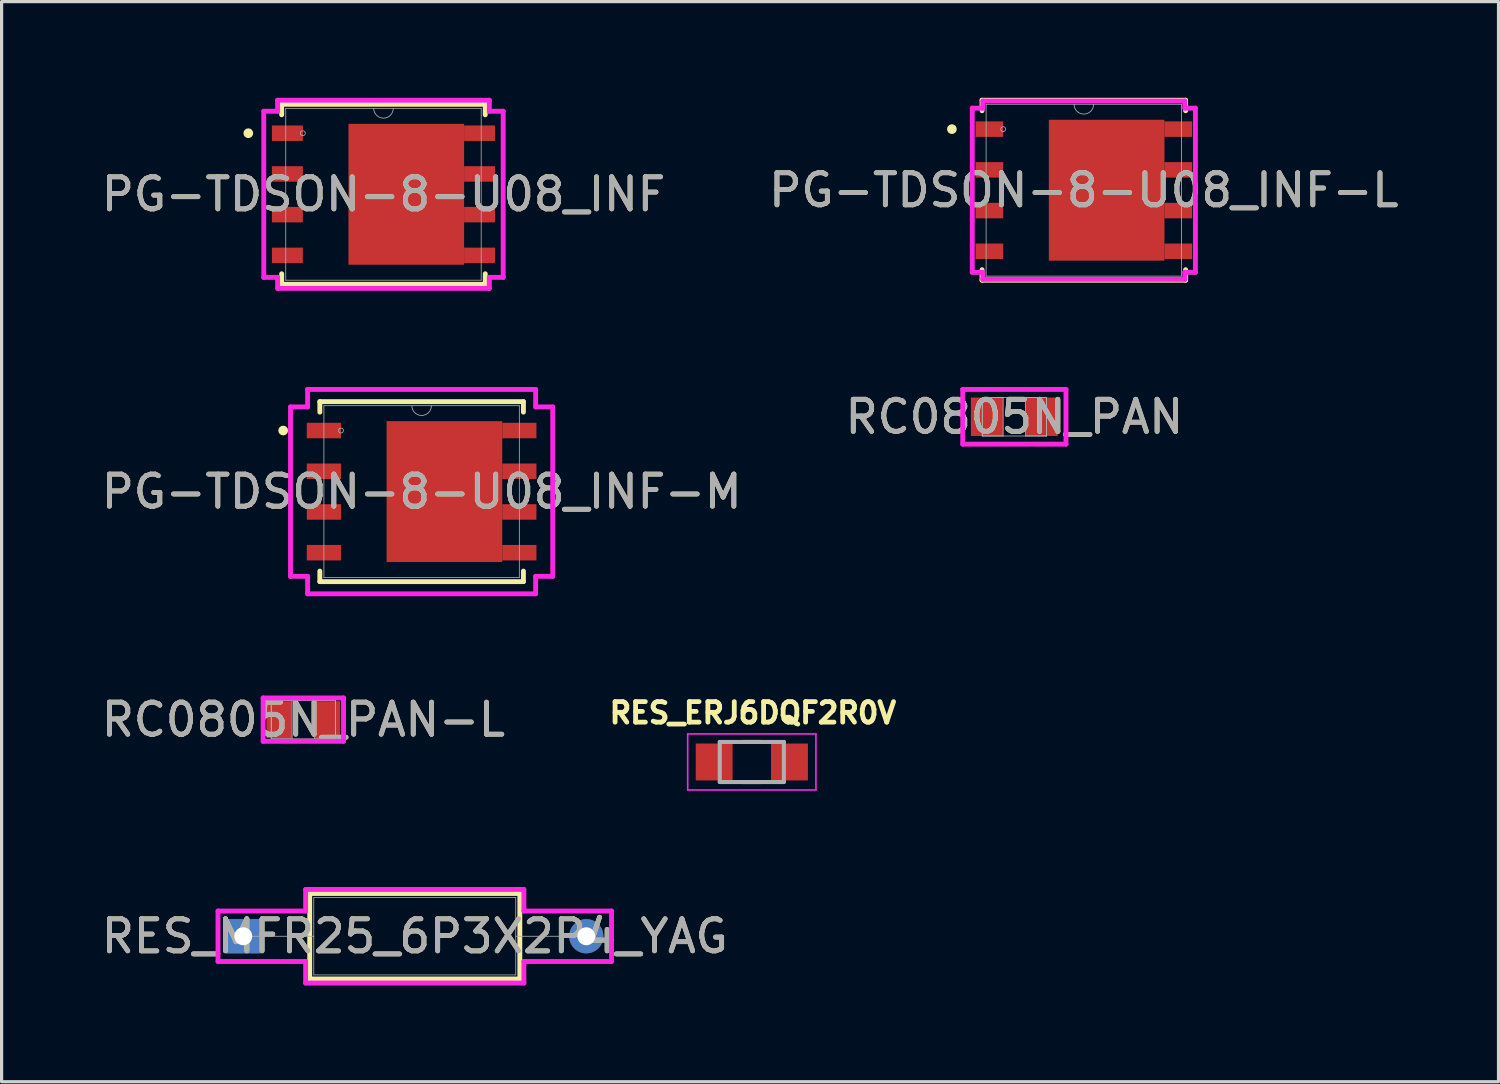
<source format=kicad_pcb>
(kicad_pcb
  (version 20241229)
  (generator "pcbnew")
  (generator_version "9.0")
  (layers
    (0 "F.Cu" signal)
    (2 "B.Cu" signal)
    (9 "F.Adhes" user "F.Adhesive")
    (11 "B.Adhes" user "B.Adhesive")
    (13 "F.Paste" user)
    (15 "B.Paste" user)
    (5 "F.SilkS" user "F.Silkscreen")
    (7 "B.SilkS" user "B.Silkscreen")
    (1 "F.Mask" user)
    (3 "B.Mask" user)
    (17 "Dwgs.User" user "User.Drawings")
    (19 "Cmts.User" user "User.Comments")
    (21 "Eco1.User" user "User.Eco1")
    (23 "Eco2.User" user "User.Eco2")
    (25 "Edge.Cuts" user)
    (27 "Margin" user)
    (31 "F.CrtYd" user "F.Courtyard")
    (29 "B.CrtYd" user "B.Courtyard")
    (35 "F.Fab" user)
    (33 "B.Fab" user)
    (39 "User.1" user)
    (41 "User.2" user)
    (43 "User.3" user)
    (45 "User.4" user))
  (footprint "RC0805N_PAN-L"
    (layer "F.Cu")
    (at 6.411 19.396)
    (property "Reference" "RC0805N_PAN-L" (at 0 0 0) (unlocked yes) (layer "F.SilkS") (effects (font (size 1 1) (thickness 0.15))))
    (attr smd)
    (fp_line (start -1.254 -0.676) (end 1.254 -0.676) (stroke (width 0.152) (type solid)) (layer "F.CrtYd"))
    (fp_line (start -1.254 0.676) (end -1.254 -0.676) (stroke (width 0.152) (type solid)) (layer "F.CrtYd"))
    (fp_line (start 1.254 -0.676) (end 1.254 0.676) (stroke (width 0.152) (type solid)) (layer "F.CrtYd"))
    (fp_line (start 1.254 0.676) (end -1.254 0.676) (stroke (width 0.152) (type solid)) (layer "F.CrtYd"))
    (fp_line (start -1 -0.6) (end -1 0.6) (stroke (width 0.025) (type solid)) (layer "F.Fab"))
    (fp_line (start -1 -0.6) (end -1 0.6) (stroke (width 0.025) (type solid)) (layer "F.Fab"))
    (fp_line (start -1 0.6) (end -0.35 0.6) (stroke (width 0.025) (type solid)) (layer "F.Fab"))
    (fp_line (start -1 0.6) (end 1 0.6) (stroke (width 0.025) (type solid)) (layer "F.Fab"))
    (fp_line (start -0.35 -0.6) (end -1 -0.6) (stroke (width 0.025) (type solid)) (layer "F.Fab"))
    (fp_line (start -0.35 0.6) (end -0.35 -0.6) (stroke (width 0.025) (type solid)) (layer "F.Fab"))
    (fp_line (start 0.35 -0.6) (end 0.35 0.6) (stroke (width 0.025) (type solid)) (layer "F.Fab"))
    (fp_line (start 0.35 0.6) (end 1 0.6) (stroke (width 0.025) (type solid)) (layer "F.Fab"))
    (fp_line (start 1 -0.6) (end -1 -0.6) (stroke (width 0.025) (type solid)) (layer "F.Fab"))
    (fp_line (start 1 -0.6) (end 0.35 -0.6) (stroke (width 0.025) (type solid)) (layer "F.Fab"))
    (fp_line (start 1 0.6) (end 1 -0.6) (stroke (width 0.025) (type solid)) (layer "F.Fab"))
    (fp_line (start 1 0.6) (end 1 -0.6) (stroke (width 0.025) (type solid)) (layer "F.Fab"))
    (fp_text user "${REFERENCE}" (at 0 0 0) (unlocked yes) (layer "F.Fab") (effects (font (size 1 1) (thickness 0.15))))
    (pad "1" smd rect (at -0.751 0) (size 0.802 1.149) (layers "F.Cu" "F.Mask" "F.Paste"))
    (pad "2" smd rect (at 0.751 0) (size 0.802 1.149) (layers "F.Cu" "F.Mask" "F.Paste"))
    (zone (net_name "") (layer "F.Cu") (hatch full 0.508) (connect_pads) (min_thickness 0.254) (filled_areas_thickness no) (keepout (tracks not_allowed) (vias not_allowed) (pads allowed) (copperpour not_allowed) (footprints allowed)) (placement (enabled no)) (fill) (polygon (pts (xy 6.112 18.847) (xy 6.71 18.847) (xy 6.71 19.945) (xy 6.112 19.945)))))
  (footprint "PG-TDSON-8-U08_INF-M"
    (layer "F.Cu")
    (at 10.101 12.284)
    (property "Reference" "PG-TDSON-8-U08_INF-M" (at 0 0 0) (unlocked yes) (layer "F.SilkS") (effects (font (size 1 1) (thickness 0.15))))
    (attr smd)
    (fp_poly (pts (xy 2.515 -2.197) (xy -1.092 -2.197) (xy -1.092 2.197) (xy 2.515 2.197)) (stroke (width 0) (type solid)) (fill yes) (layer "F.Cu"))
    (fp_poly (pts (xy 2.515 -2.197) (xy -1.092 -2.197) (xy -1.092 2.197) (xy 2.515 2.197)) (stroke (width 0) (type solid)) (fill yes) (layer "F.Mask"))
    (fp_line (start -3.175 -2.807) (end -3.175 -2.479) (stroke (width 0.152) (type solid)) (layer "F.SilkS"))
    (fp_line (start -3.175 2.479) (end -3.175 2.807) (stroke (width 0.152) (type solid)) (layer "F.SilkS"))
    (fp_line (start -3.175 2.807) (end 3.175 2.807) (stroke (width 0.152) (type solid)) (layer "F.SilkS"))
    (fp_line (start 3.175 -2.807) (end -3.175 -2.807) (stroke (width 0.152) (type solid)) (layer "F.SilkS"))
    (fp_line (start 3.175 -2.479) (end 3.175 -2.807) (stroke (width 0.152) (type solid)) (layer "F.SilkS"))
    (fp_line (start 3.175 2.807) (end 3.175 2.479) (stroke (width 0.152) (type solid)) (layer "F.SilkS"))
    (fp_circle (center -4.318 -1.905) (end -4.242 -1.905) (stroke (width 0.152) (type solid)) (fill no) (layer "F.SilkS"))
    (fp_poly (pts (xy 2.515 -2.197) (xy -1.092 -2.197) (xy -1.092 2.197) (xy 2.515 2.197)) (stroke (width 0) (type solid)) (fill yes) (layer "F.Paste"))
    (fp_line (start -4.089 -2.642) (end -3.556 -2.642) (stroke (width 0.152) (type solid)) (layer "F.CrtYd"))
    (fp_line (start -4.089 2.642) (end -4.089 -2.642) (stroke (width 0.152) (type solid)) (layer "F.CrtYd"))
    (fp_line (start -4.089 2.642) (end -3.556 2.642) (stroke (width 0.152) (type solid)) (layer "F.CrtYd"))
    (fp_line (start -3.556 -3.188) (end 3.556 -3.188) (stroke (width 0.152) (type solid)) (layer "F.CrtYd"))
    (fp_line (start -3.556 -2.642) (end -3.556 -3.188) (stroke (width 0.152) (type solid)) (layer "F.CrtYd"))
    (fp_line (start -3.556 3.188) (end -3.556 2.642) (stroke (width 0.152) (type solid)) (layer "F.CrtYd"))
    (fp_line (start 3.556 -3.188) (end 3.556 -2.642) (stroke (width 0.152) (type solid)) (layer "F.CrtYd"))
    (fp_line (start 3.556 2.642) (end 3.556 3.188) (stroke (width 0.152) (type solid)) (layer "F.CrtYd"))
    (fp_line (start 3.556 3.188) (end -3.556 3.188) (stroke (width 0.152) (type solid)) (layer "F.CrtYd"))
    (fp_line (start 4.089 -2.642) (end 3.556 -2.642) (stroke (width 0.152) (type solid)) (layer "F.CrtYd"))
    (fp_line (start 4.089 -2.642) (end 4.089 2.642) (stroke (width 0.152) (type solid)) (layer "F.CrtYd"))
    (fp_line (start 4.089 2.642) (end 3.556 2.642) (stroke (width 0.152) (type solid)) (layer "F.CrtYd"))
    (fp_line (start -3.048 -2.68) (end -3.048 2.68) (stroke (width 0.025) (type solid)) (layer "F.Fab"))
    (fp_line (start -3.048 2.68) (end 3.048 2.68) (stroke (width 0.025) (type solid)) (layer "F.Fab"))
    (fp_line (start 3.048 -2.68) (end -3.048 -2.68) (stroke (width 0.025) (type solid)) (layer "F.Fab"))
    (fp_line (start 3.048 2.68) (end 3.048 -2.68) (stroke (width 0.025) (type solid)) (layer "F.Fab"))
    (fp_arc (start 0.3048 -2.6797) (mid 0 -2.3749) (end -0.3048 -2.6797) (stroke (width 0.0254) (type solid)) (layer "F.Fab"))
    (fp_circle (center -2.515 -1.905) (end -2.438 -1.905) (stroke (width 0.025) (type solid)) (fill no) (layer "F.Fab"))
    (fp_text user "${REFERENCE}" (at 0 0 0) (unlocked yes) (layer "F.Fab") (effects (font (size 1 1) (thickness 0.15))))
    (pad "1" smd rect (at -3.048 -1.905) (size 1.067 0.483) (layers "F.Cu" "F.Mask" "F.Paste"))
    (pad "2" smd rect (at -3.048 -0.635) (size 1.067 0.483) (layers "F.Cu" "F.Mask" "F.Paste"))
    (pad "3" smd rect (at -3.048 0.635) (size 1.067 0.483) (layers "F.Cu" "F.Mask" "F.Paste"))
    (pad "4" smd rect (at -3.048 1.905) (size 1.067 0.483) (layers "F.Cu" "F.Mask" "F.Paste"))
    (pad "5" smd rect (at 3.048 1.905) (size 1.067 0.483) (layers "F.Cu" "F.Mask" "F.Paste"))
    (pad "6" smd rect (at 3.048 0.635) (size 1.067 0.483) (layers "F.Cu" "F.Mask" "F.Paste"))
    (pad "7" smd rect (at 3.048 -0.635) (size 1.067 0.483) (layers "F.Cu" "F.Mask" "F.Paste"))
    (pad "8" smd rect (at 3.048 -1.905) (size 1.067 0.483) (layers "F.Cu" "F.Mask" "F.Paste")))
  (footprint "PG-TDSON-8-U08_INF"
    (layer "F.Cu")
    (at 8.911 3.01)
    (property "Reference" "PG-TDSON-8-U08_INF" (at 0 0 0) (unlocked yes) (layer "F.SilkS") (effects (font (size 1 1) (thickness 0.15))))
    (attr smd)
    (fp_poly (pts (xy 2.515 -2.197) (xy -1.092 -2.197) (xy -1.092 2.197) (xy 2.515 2.197)) (stroke (width 0) (type solid)) (fill yes) (layer "F.Cu"))
    (fp_poly (pts (xy 2.515 -2.197) (xy -1.092 -2.197) (xy -1.092 2.197) (xy 2.515 2.197)) (stroke (width 0) (type solid)) (fill yes) (layer "F.Mask"))
    (fp_line (start -3.175 -2.807) (end -3.175 -2.479) (stroke (width 0.152) (type solid)) (layer "F.SilkS"))
    (fp_line (start -3.175 2.479) (end -3.175 2.807) (stroke (width 0.152) (type solid)) (layer "F.SilkS"))
    (fp_line (start -3.175 2.807) (end 3.175 2.807) (stroke (width 0.152) (type solid)) (layer "F.SilkS"))
    (fp_line (start 3.175 -2.807) (end -3.175 -2.807) (stroke (width 0.152) (type solid)) (layer "F.SilkS"))
    (fp_line (start 3.175 -2.479) (end 3.175 -2.807) (stroke (width 0.152) (type solid)) (layer "F.SilkS"))
    (fp_line (start 3.175 2.807) (end 3.175 2.479) (stroke (width 0.152) (type solid)) (layer "F.SilkS"))
    (fp_circle (center -4.216 -1.905) (end -4.14 -1.905) (stroke (width 0.152) (type solid)) (fill no) (layer "F.SilkS"))
    (fp_poly (pts (xy 2.515 -2.197) (xy -1.092 -2.197) (xy -1.092 2.197) (xy 2.515 2.197)) (stroke (width 0) (type solid)) (fill yes) (layer "F.Paste"))
    (fp_line (start -3.734 -2.591) (end -3.302 -2.591) (stroke (width 0.152) (type solid)) (layer "F.CrtYd"))
    (fp_line (start -3.734 2.591) (end -3.734 -2.591) (stroke (width 0.152) (type solid)) (layer "F.CrtYd"))
    (fp_line (start -3.734 2.591) (end -3.302 2.591) (stroke (width 0.152) (type solid)) (layer "F.CrtYd"))
    (fp_line (start -3.302 -2.934) (end 3.302 -2.934) (stroke (width 0.152) (type solid)) (layer "F.CrtYd"))
    (fp_line (start -3.302 -2.591) (end -3.302 -2.934) (stroke (width 0.152) (type solid)) (layer "F.CrtYd"))
    (fp_line (start -3.302 2.934) (end -3.302 2.591) (stroke (width 0.152) (type solid)) (layer "F.CrtYd"))
    (fp_line (start 3.302 -2.934) (end 3.302 -2.591) (stroke (width 0.152) (type solid)) (layer "F.CrtYd"))
    (fp_line (start 3.302 2.591) (end 3.302 2.934) (stroke (width 0.152) (type solid)) (layer "F.CrtYd"))
    (fp_line (start 3.302 2.934) (end -3.302 2.934) (stroke (width 0.152) (type solid)) (layer "F.CrtYd"))
    (fp_line (start 3.734 -2.591) (end 3.302 -2.591) (stroke (width 0.152) (type solid)) (layer "F.CrtYd"))
    (fp_line (start 3.734 -2.591) (end 3.734 2.591) (stroke (width 0.152) (type solid)) (layer "F.CrtYd"))
    (fp_line (start 3.734 2.591) (end 3.302 2.591) (stroke (width 0.152) (type solid)) (layer "F.CrtYd"))
    (fp_line (start -3.048 -2.68) (end -3.048 2.68) (stroke (width 0.025) (type solid)) (layer "F.Fab"))
    (fp_line (start -3.048 2.68) (end 3.048 2.68) (stroke (width 0.025) (type solid)) (layer "F.Fab"))
    (fp_line (start 3.048 -2.68) (end -3.048 -2.68) (stroke (width 0.025) (type solid)) (layer "F.Fab"))
    (fp_line (start 3.048 2.68) (end 3.048 -2.68) (stroke (width 0.025) (type solid)) (layer "F.Fab"))
    (fp_arc (start 0.3048 -2.6797) (mid 0 -2.3749) (end -0.3048 -2.6797) (stroke (width 0.0254) (type solid)) (layer "F.Fab"))
    (fp_circle (center -2.515 -1.905) (end -2.438 -1.905) (stroke (width 0.025) (type solid)) (fill no) (layer "F.Fab"))
    (fp_text user "${REFERENCE}" (at 0 0 0) (unlocked yes) (layer "F.Fab") (effects (font (size 1 1) (thickness 0.15))))
    (pad "1" smd rect (at -2.997 -1.905) (size 0.965 0.483) (layers "F.Cu" "F.Mask" "F.Paste"))
    (pad "2" smd rect (at -2.997 -0.635) (size 0.965 0.483) (layers "F.Cu" "F.Mask" "F.Paste"))
    (pad "3" smd rect (at -2.997 0.635) (size 0.965 0.483) (layers "F.Cu" "F.Mask" "F.Paste"))
    (pad "4" smd rect (at -2.997 1.905) (size 0.965 0.483) (layers "F.Cu" "F.Mask" "F.Paste"))
    (pad "5" smd rect (at 2.997 1.905) (size 0.965 0.483) (layers "F.Cu" "F.Mask" "F.Paste"))
    (pad "6" smd rect (at 2.997 0.635) (size 0.965 0.483) (layers "F.Cu" "F.Mask" "F.Paste"))
    (pad "7" smd rect (at 2.997 -0.635) (size 0.965 0.483) (layers "F.Cu" "F.Mask" "F.Paste"))
    (pad "8" smd rect (at 2.997 -1.905) (size 0.965 0.483) (layers "F.Cu" "F.Mask" "F.Paste")))
  (footprint "PG-TDSON-8-U08_INF-L"
    (layer "F.Cu")
    (at 30.756 2.883)
    (property "Reference" "PG-TDSON-8-U08_INF-L" (at 0 0 0) (unlocked yes) (layer "F.SilkS") (effects (font (size 1 1) (thickness 0.15))))
    (attr smd)
    (fp_poly (pts (xy 2.515 -2.197) (xy -1.092 -2.197) (xy -1.092 2.197) (xy 2.515 2.197)) (stroke (width 0) (type solid)) (fill yes) (layer "F.Cu"))
    (fp_poly (pts (xy 2.515 -2.197) (xy -1.092 -2.197) (xy -1.092 2.197) (xy 2.515 2.197)) (stroke (width 0) (type solid)) (fill yes) (layer "F.Mask"))
    (fp_line (start -3.175 -2.807) (end -3.175 -2.479) (stroke (width 0.152) (type solid)) (layer "F.SilkS"))
    (fp_line (start -3.175 2.479) (end -3.175 2.807) (stroke (width 0.152) (type solid)) (layer "F.SilkS"))
    (fp_line (start -3.175 2.807) (end 3.175 2.807) (stroke (width 0.152) (type solid)) (layer "F.SilkS"))
    (fp_line (start 3.175 -2.807) (end -3.175 -2.807) (stroke (width 0.152) (type solid)) (layer "F.SilkS"))
    (fp_line (start 3.175 -2.479) (end 3.175 -2.807) (stroke (width 0.152) (type solid)) (layer "F.SilkS"))
    (fp_line (start 3.175 2.807) (end 3.175 2.479) (stroke (width 0.152) (type solid)) (layer "F.SilkS"))
    (fp_circle (center -4.115 -1.905) (end -4.039 -1.905) (stroke (width 0.152) (type solid)) (fill no) (layer "F.SilkS"))
    (fp_poly (pts (xy 2.515 -2.197) (xy -1.092 -2.197) (xy -1.092 2.197) (xy 2.515 2.197)) (stroke (width 0) (type solid)) (fill yes) (layer "F.Paste"))
    (fp_line (start -3.48 -2.56) (end -3.15 -2.56) (stroke (width 0.152) (type solid)) (layer "F.CrtYd"))
    (fp_line (start -3.48 2.56) (end -3.48 -2.56) (stroke (width 0.152) (type solid)) (layer "F.CrtYd"))
    (fp_line (start -3.48 2.56) (end -3.15 2.56) (stroke (width 0.152) (type solid)) (layer "F.CrtYd"))
    (fp_line (start -3.15 -2.781) (end 3.15 -2.781) (stroke (width 0.152) (type solid)) (layer "F.CrtYd"))
    (fp_line (start -3.15 -2.56) (end -3.15 -2.781) (stroke (width 0.152) (type solid)) (layer "F.CrtYd"))
    (fp_line (start -3.15 2.781) (end -3.15 2.56) (stroke (width 0.152) (type solid)) (layer "F.CrtYd"))
    (fp_line (start 3.15 -2.781) (end 3.15 -2.56) (stroke (width 0.152) (type solid)) (layer "F.CrtYd"))
    (fp_line (start 3.15 2.56) (end 3.15 2.781) (stroke (width 0.152) (type solid)) (layer "F.CrtYd"))
    (fp_line (start 3.15 2.781) (end -3.15 2.781) (stroke (width 0.152) (type solid)) (layer "F.CrtYd"))
    (fp_line (start 3.48 -2.56) (end 3.15 -2.56) (stroke (width 0.152) (type solid)) (layer "F.CrtYd"))
    (fp_line (start 3.48 -2.56) (end 3.48 2.56) (stroke (width 0.152) (type solid)) (layer "F.CrtYd"))
    (fp_line (start 3.48 2.56) (end 3.15 2.56) (stroke (width 0.152) (type solid)) (layer "F.CrtYd"))
    (fp_line (start -3.048 -2.68) (end -3.048 2.68) (stroke (width 0.025) (type solid)) (layer "F.Fab"))
    (fp_line (start -3.048 2.68) (end 3.048 2.68) (stroke (width 0.025) (type solid)) (layer "F.Fab"))
    (fp_line (start 3.048 -2.68) (end -3.048 -2.68) (stroke (width 0.025) (type solid)) (layer "F.Fab"))
    (fp_line (start 3.048 2.68) (end 3.048 -2.68) (stroke (width 0.025) (type solid)) (layer "F.Fab"))
    (fp_arc (start 0.3048 -2.6797) (mid 0 -2.3749) (end -0.3048 -2.6797) (stroke (width 0.0254) (type solid)) (layer "F.Fab"))
    (fp_circle (center -2.515 -1.905) (end -2.438 -1.905) (stroke (width 0.025) (type solid)) (fill no) (layer "F.Fab"))
    (fp_text user "${REFERENCE}" (at 0 0 0) (unlocked yes) (layer "F.Fab") (effects (font (size 1 1) (thickness 0.15))))
    (pad "1" smd rect (at -2.946 -1.905) (size 0.864 0.483) (layers "F.Cu" "F.Mask" "F.Paste"))
    (pad "2" smd rect (at -2.946 -0.635) (size 0.864 0.483) (layers "F.Cu" "F.Mask" "F.Paste"))
    (pad "3" smd rect (at -2.946 0.635) (size 0.864 0.483) (layers "F.Cu" "F.Mask" "F.Paste"))
    (pad "4" smd rect (at -2.946 1.905) (size 0.864 0.483) (layers "F.Cu" "F.Mask" "F.Paste"))
    (pad "5" smd rect (at 2.946 1.905) (size 0.864 0.483) (layers "F.Cu" "F.Mask" "F.Paste"))
    (pad "6" smd rect (at 2.946 0.635) (size 0.864 0.483) (layers "F.Cu" "F.Mask" "F.Paste"))
    (pad "7" smd rect (at 2.946 -0.635) (size 0.864 0.483) (layers "F.Cu" "F.Mask" "F.Paste"))
    (pad "8" smd rect (at 2.946 -1.905) (size 0.864 0.483) (layers "F.Cu" "F.Mask" "F.Paste")))
  (footprint "RES_MFR25_6P3X2P4_YAG"
    (layer "F.Cu")
    (at 4.537 26.153)
    (property "Reference" "RES_MFR25_6P3X2P4_YAG" (at 5.35 0 0) (unlocked yes) (layer "F.SilkS") (effects (font (size 1 1) (thickness 0.15))))
    (attr through_hole)
    (fp_line (start 2.073 -1.333) (end 2.073 1.333) (stroke (width 0.152) (type solid)) (layer "F.SilkS"))
    (fp_line (start 2.073 1.333) (end 8.627 1.333) (stroke (width 0.152) (type solid)) (layer "F.SilkS"))
    (fp_line (start 8.627 -1.333) (end 2.073 -1.333) (stroke (width 0.152) (type solid)) (layer "F.SilkS"))
    (fp_line (start 8.627 1.333) (end 8.627 -1.333) (stroke (width 0.152) (type solid)) (layer "F.SilkS"))
    (fp_line (start -0.787 -0.787) (end 1.946 -0.787) (stroke (width 0.152) (type solid)) (layer "F.CrtYd"))
    (fp_line (start -0.787 0.787) (end -0.787 -0.787) (stroke (width 0.152) (type solid)) (layer "F.CrtYd"))
    (fp_line (start 1.946 -1.46) (end 8.754 -1.46) (stroke (width 0.152) (type solid)) (layer "F.CrtYd"))
    (fp_line (start 1.946 -0.787) (end 1.946 -1.46) (stroke (width 0.152) (type solid)) (layer "F.CrtYd"))
    (fp_line (start 1.946 0.787) (end -0.787 0.787) (stroke (width 0.152) (type solid)) (layer "F.CrtYd"))
    (fp_line (start 1.946 1.46) (end 1.946 0.787) (stroke (width 0.152) (type solid)) (layer "F.CrtYd"))
    (fp_line (start 8.754 -1.46) (end 8.754 -0.787) (stroke (width 0.152) (type solid)) (layer "F.CrtYd"))
    (fp_line (start 8.754 -0.787) (end 11.487 -0.787) (stroke (width 0.152) (type solid)) (layer "F.CrtYd"))
    (fp_line (start 8.754 0.787) (end 8.754 1.46) (stroke (width 0.152) (type solid)) (layer "F.CrtYd"))
    (fp_line (start 8.754 1.46) (end 1.946 1.46) (stroke (width 0.152) (type solid)) (layer "F.CrtYd"))
    (fp_line (start 11.487 -0.787) (end 11.487 0.787) (stroke (width 0.152) (type solid)) (layer "F.CrtYd"))
    (fp_line (start 11.487 0.787) (end 8.754 0.787) (stroke (width 0.152) (type solid)) (layer "F.CrtYd"))
    (fp_line (start -0.000001 0) (end 2.2 0) (stroke (width 0.025) (type solid)) (layer "F.Fab"))
    (fp_line (start 2.2 -1.206) (end 2.2 1.206) (stroke (width 0.025) (type solid)) (layer "F.Fab"))
    (fp_line (start 2.2 1.206) (end 8.5 1.206) (stroke (width 0.025) (type solid)) (layer "F.Fab"))
    (fp_line (start 8.5 -1.206) (end 2.2 -1.206) (stroke (width 0.025) (type solid)) (layer "F.Fab"))
    (fp_line (start 8.5 1.206) (end 8.5 -1.206) (stroke (width 0.025) (type solid)) (layer "F.Fab"))
    (fp_line (start 10.7 0) (end 8.5 0) (stroke (width 0.025) (type solid)) (layer "F.Fab"))
    (fp_text user "${REFERENCE}" (at 5.35 0 0) (unlocked yes) (layer "F.Fab") (effects (font (size 1 1) (thickness 0.15))))
    (pad "1" thru_hole rect (at -0.000001 0) (size 1.067 1.067) (drill 0.559) (layers "*.Cu" "*.Mask"))
    (pad "2" thru_hole circle (at 10.7 0) (size 1.067 1.067) (drill 0.559) (layers "*.Cu" "*.Mask")))
  (footprint "RC0805N_PAN"
    (layer "F.Cu")
    (at 28.589 9.95)
    (property "Reference" "RC0805N_PAN" (at 0 0 0) (unlocked yes) (layer "F.SilkS") (effects (font (size 1 1) (thickness 0.15))))
    (attr smd)
    (fp_line (start -1.61 -0.854) (end 1.61 -0.854) (stroke (width 0.152) (type solid)) (layer "F.CrtYd"))
    (fp_line (start -1.61 0.854) (end -1.61 -0.854) (stroke (width 0.152) (type solid)) (layer "F.CrtYd"))
    (fp_line (start 1.61 -0.854) (end 1.61 0.854) (stroke (width 0.152) (type solid)) (layer "F.CrtYd"))
    (fp_line (start 1.61 0.854) (end -1.61 0.854) (stroke (width 0.152) (type solid)) (layer "F.CrtYd"))
    (fp_line (start -1 -0.6) (end -1 0.6) (stroke (width 0.025) (type solid)) (layer "F.Fab"))
    (fp_line (start -1 -0.6) (end -1 0.6) (stroke (width 0.025) (type solid)) (layer "F.Fab"))
    (fp_line (start -1 0.6) (end -0.35 0.6) (stroke (width 0.025) (type solid)) (layer "F.Fab"))
    (fp_line (start -1 0.6) (end 1 0.6) (stroke (width 0.025) (type solid)) (layer "F.Fab"))
    (fp_line (start -0.35 -0.6) (end -1 -0.6) (stroke (width 0.025) (type solid)) (layer "F.Fab"))
    (fp_line (start -0.35 0.6) (end -0.35 -0.6) (stroke (width 0.025) (type solid)) (layer "F.Fab"))
    (fp_line (start 0.35 -0.6) (end 0.35 0.6) (stroke (width 0.025) (type solid)) (layer "F.Fab"))
    (fp_line (start 0.35 0.6) (end 1 0.6) (stroke (width 0.025) (type solid)) (layer "F.Fab"))
    (fp_line (start 1 -0.6) (end -1 -0.6) (stroke (width 0.025) (type solid)) (layer "F.Fab"))
    (fp_line (start 1 -0.6) (end 0.35 -0.6) (stroke (width 0.025) (type solid)) (layer "F.Fab"))
    (fp_line (start 1 0.6) (end 1 -0.6) (stroke (width 0.025) (type solid)) (layer "F.Fab"))
    (fp_line (start 1 0.6) (end 1 -0.6) (stroke (width 0.025) (type solid)) (layer "F.Fab"))
    (fp_text user "${REFERENCE}" (at 0 0 0) (unlocked yes) (layer "F.Fab") (effects (font (size 1 1) (thickness 0.15))))
    (pad "1" smd rect (at -0.853 0) (size 1.006 1.2) (layers "F.Cu" "F.Mask" "F.Paste"))
    (pad "2" smd rect (at 0.853 0) (size 1.006 1.2) (layers "F.Cu" "F.Mask" "F.Paste"))
    (zone (net_name "") (layer "F.Cu") (hatch full 0.508) (connect_pads) (min_thickness 0.254) (filled_areas_thickness no) (keepout (tracks not_allowed) (vias not_allowed) (pads allowed) (copperpour not_allowed) (footprints allowed)) (placement (enabled no)) (fill) (polygon (pts (xy 28.29 9.401) (xy 28.888 9.401) (xy 28.888 10.499) (xy 28.29 10.499)))))
  (footprint "RES_ERJ6DQF2R0V"
    (layer "F.Cu")
    (at 20.4 20.717)
    (property "Reference" "RES_ERJ6DQF2R0V" (at 0.032 -1.531 0) (layer "F.SilkS") (effects (font (size 0.64 0.64) (thickness 0.15))))
    (attr smd)
    (fp_line (start -0.28 -0.625) (end 0.28 -0.625) (stroke (width 0.127) (type solid)) (layer "F.SilkS"))
    (fp_line (start -0.28 0.625) (end 0.28 0.625) (stroke (width 0.127) (type solid)) (layer "F.SilkS"))
    (fp_line (start -2 -0.875) (end -2 0.875) (stroke (width 0.05) (type solid)) (layer "F.CrtYd"))
    (fp_line (start -2 0.875) (end 2 0.875) (stroke (width 0.05) (type solid)) (layer "F.CrtYd"))
    (fp_line (start 2 -0.875) (end -2 -0.875) (stroke (width 0.05) (type solid)) (layer "F.CrtYd"))
    (fp_line (start 2 0.875) (end 2 -0.875) (stroke (width 0.05) (type solid)) (layer "F.CrtYd"))
    (fp_line (start -1 -0.625) (end -1 0.625) (stroke (width 0.127) (type solid)) (layer "F.Fab"))
    (fp_line (start -1 -0.625) (end 1 -0.625) (stroke (width 0.127) (type solid)) (layer "F.Fab"))
    (fp_line (start -1 0.625) (end 1 0.625) (stroke (width 0.127) (type solid)) (layer "F.Fab"))
    (fp_line (start 1 -0.625) (end 1 0.625) (stroke (width 0.127) (type solid)) (layer "F.Fab"))
    (pad "1" smd rect (at -1.175 0) (size 1.15 1.15) (layers "F.Cu" "F.Mask" "F.Paste"))
    (pad "2" smd rect (at 1.175 0) (size 1.15 1.15) (layers "F.Cu" "F.Mask" "F.Paste")))
  (gr_rect
    (start -3 -3)
    (end 43.69 30.69)
    (stroke (width 0.1) (type default))
    (fill no)
    (layer "Edge.Cuts")))
</source>
